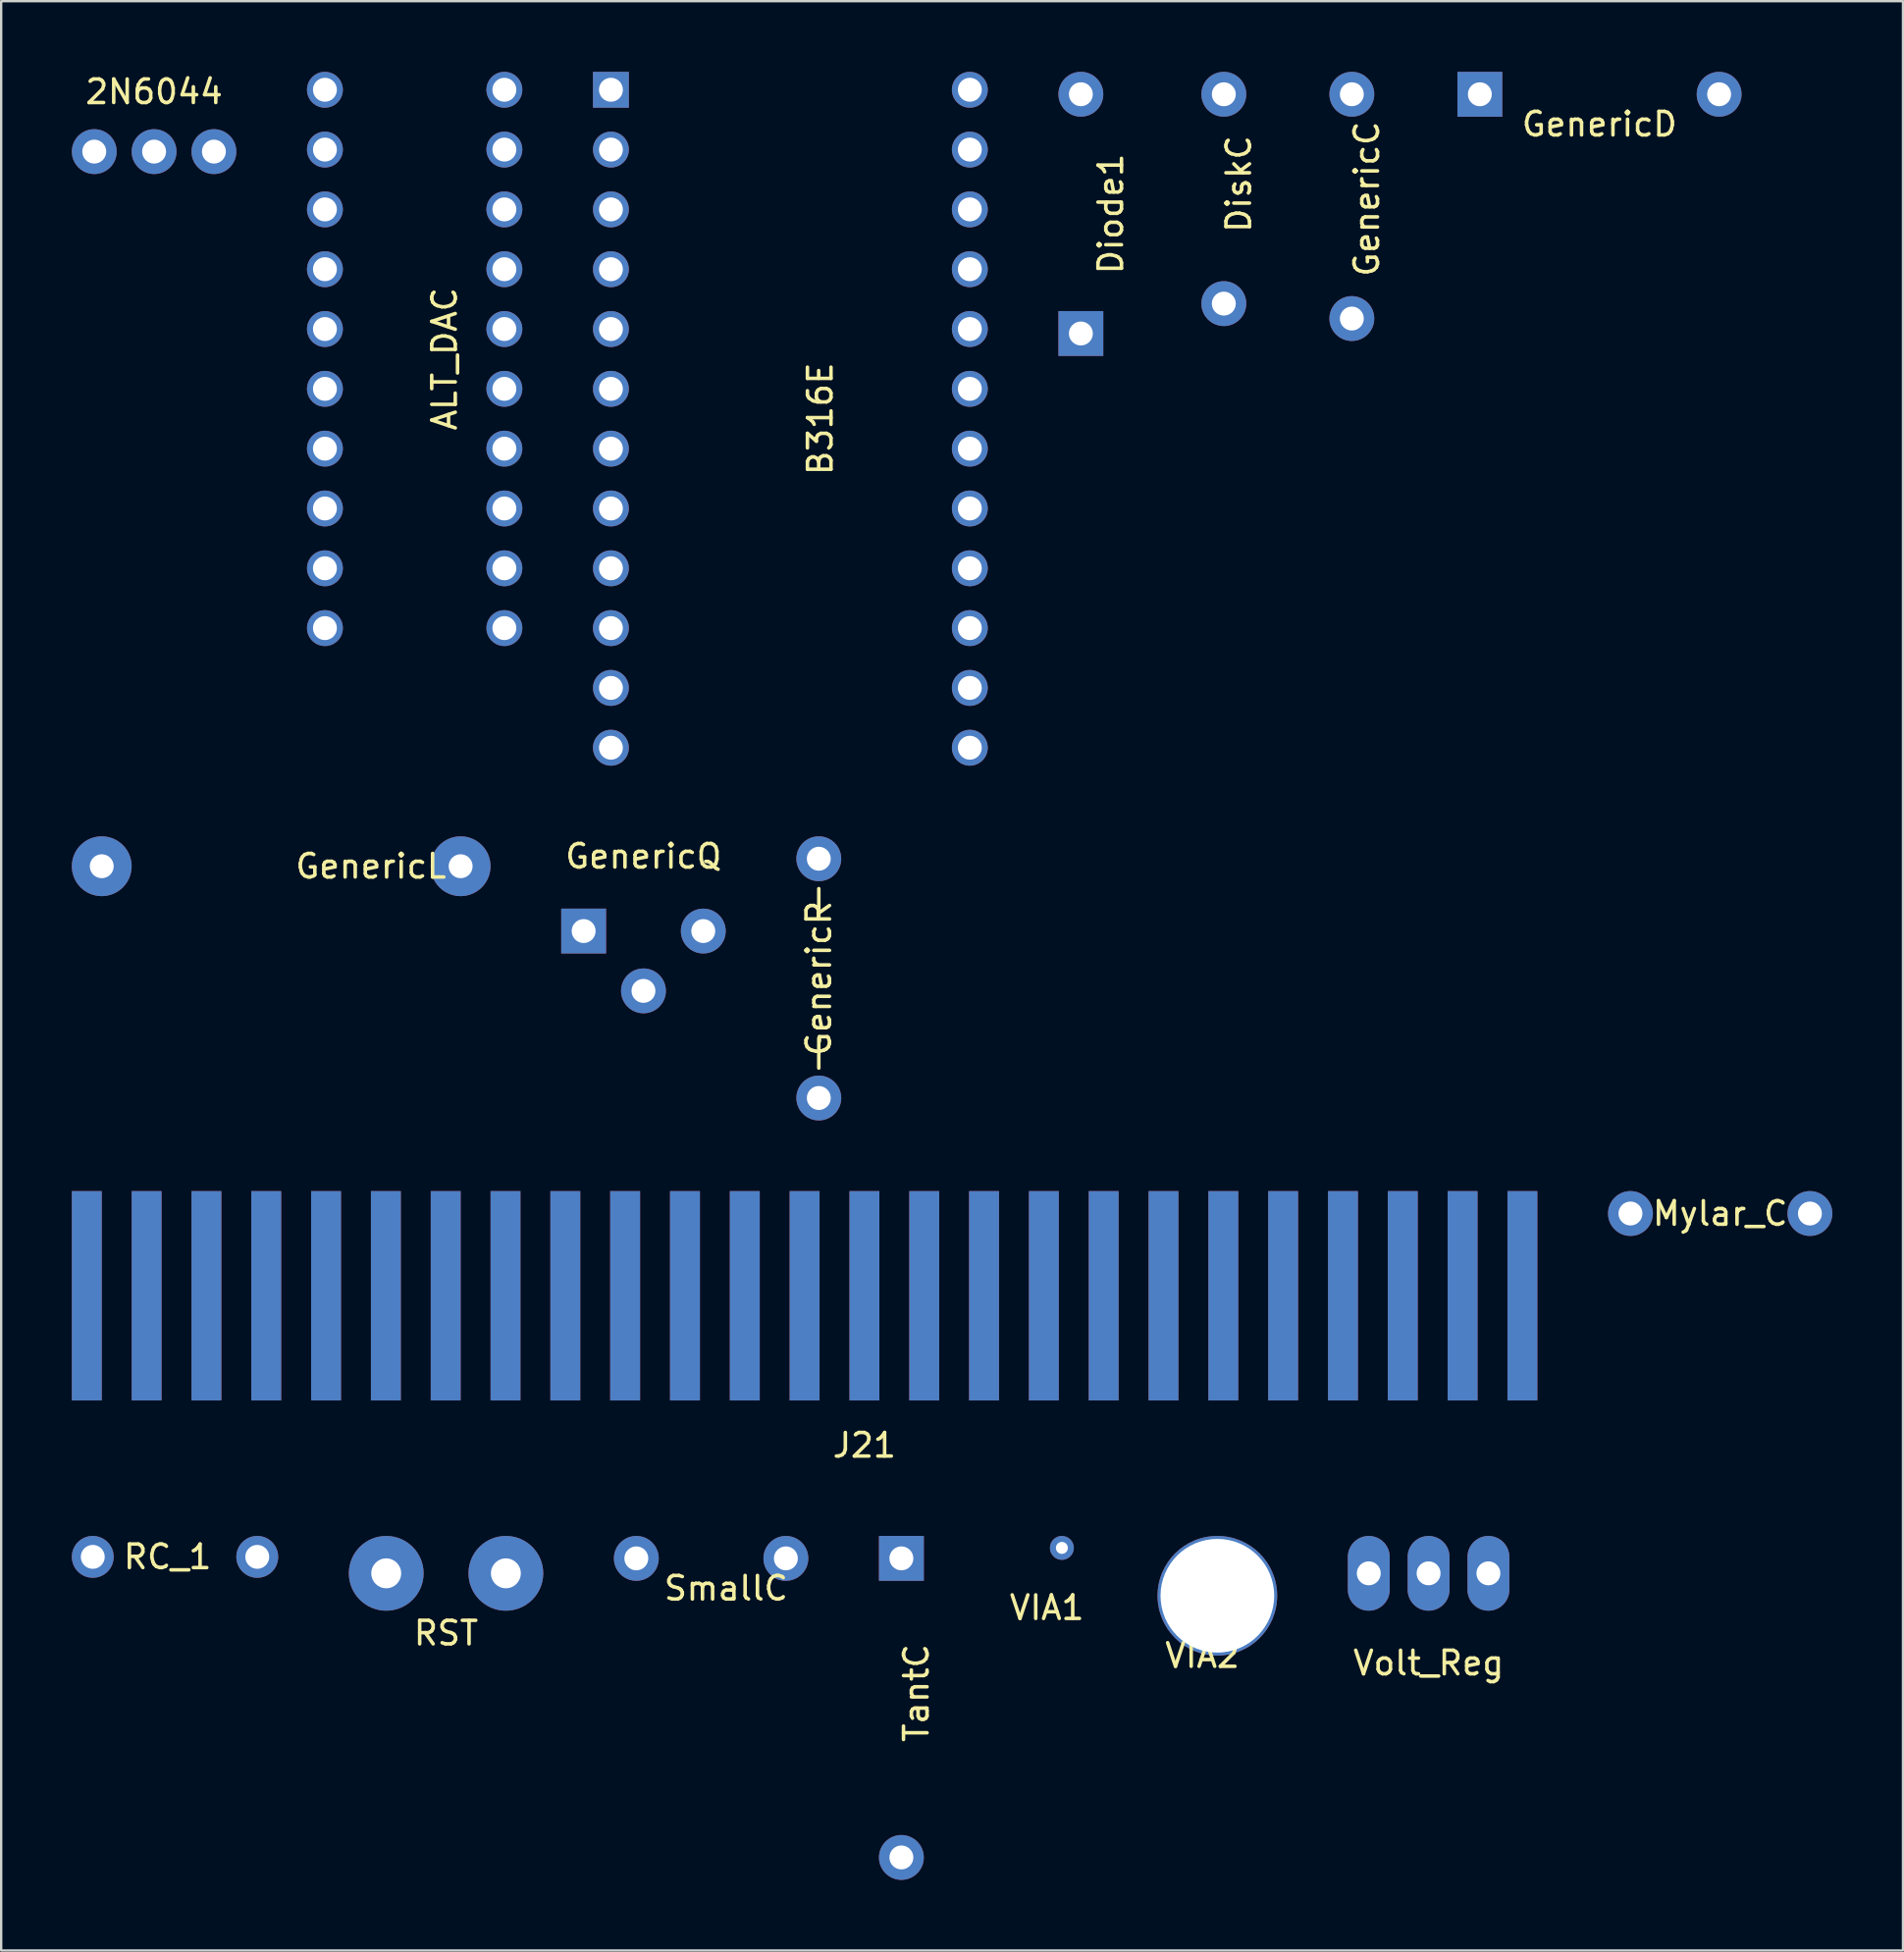
<source format=kicad_pcb>
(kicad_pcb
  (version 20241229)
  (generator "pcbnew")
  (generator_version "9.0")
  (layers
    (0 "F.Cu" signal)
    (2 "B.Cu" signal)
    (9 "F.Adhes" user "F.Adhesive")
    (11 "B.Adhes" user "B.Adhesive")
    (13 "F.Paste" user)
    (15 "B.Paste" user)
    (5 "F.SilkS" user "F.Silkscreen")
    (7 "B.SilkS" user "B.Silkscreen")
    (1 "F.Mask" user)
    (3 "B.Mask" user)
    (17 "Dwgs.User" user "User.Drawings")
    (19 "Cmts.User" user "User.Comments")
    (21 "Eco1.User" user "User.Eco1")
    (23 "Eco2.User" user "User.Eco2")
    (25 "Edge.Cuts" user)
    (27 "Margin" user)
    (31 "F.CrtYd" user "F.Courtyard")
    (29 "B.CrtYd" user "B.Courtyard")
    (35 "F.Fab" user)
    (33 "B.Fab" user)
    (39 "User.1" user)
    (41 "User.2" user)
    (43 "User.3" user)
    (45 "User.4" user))
  (footprint "DiskC"
    (layer "F.Cu")
    (at 48.916 4.763)
    (property "Reference" "DiskC" (at 0.635 0 90) (layer "F.SilkS") (effects (font (size 1 1) (thickness 0.15))))
    (attr through_hole)
    (pad "1" thru_hole circle (at 0 5.08) (size 1.905 1.905) (drill 1.016) (layers "*.Cu" "*.Mask"))
    (pad "2" thru_hole circle (at 0 -3.81) (size 1.905 1.905) (drill 1.016) (layers "*.Cu" "*.Mask")))
  (footprint "Mylar_C"
    (layer "F.Cu")
    (at 69.993 48.481)
    (property "Reference" "Mylar_C" (at 0 0 0) (layer "F.SilkS") (effects (font (size 1 1) (thickness 0.15))))
    (attr through_hole)
    (pad "1" thru_hole circle (at -3.81 0) (size 1.905 1.905) (drill 1.016) (layers "*.Cu" "*.Mask"))
    (pad "2" thru_hole circle (at 3.81 0) (size 1.905 1.905) (drill 1.016) (layers "*.Cu" "*.Mask")))
  (footprint "GenericR"
    (layer "F.Cu")
    (at 31.718 38.496)
    (property "Reference" "GenericR" (at 0 0 90) (layer "F.SilkS") (effects (font (size 1 1) (thickness 0.15))))
    (attr through_hole)
    (fp_line (start 0 -3.81) (end 0 -2.54) (stroke (width 0.15) (type solid)) (layer "F.SilkS"))
    (fp_line (start 0 3.81) (end 0 2.54) (stroke (width 0.15) (type solid)) (layer "F.SilkS"))
    (pad "1" thru_hole circle (at 0 5.08) (size 1.905 1.905) (drill 1.016) (layers "*.Cu" "*.Mask"))
    (pad "2" thru_hole circle (at 0 -5.08) (size 1.905 1.905) (drill 1.016) (layers "*.Cu" "*.Mask")))
  (footprint "2N6044"
    (layer "F.Cu")
    (at 3.493 3.388)
    (property "Reference" "2N6044" (at 0 -2.54 0) (layer "F.SilkS") (effects (font (size 1 1) (thickness 0.15))))
    (attr through_hole)
    (pad "1" thru_hole circle (at -2.54 0) (size 1.905 1.905) (drill 1.016) (layers "*.Cu" "*.Mask"))
    (pad "2" thru_hole circle (at 0 0) (size 1.905 1.905) (drill 1.016) (layers "*.Cu" "*.Mask"))
    (pad "3" thru_hole circle (at 2.54 0) (size 1.905 1.905) (drill 1.016) (layers "*.Cu" "*.Mask")))
  (footprint "VIA2"
    (layer "F.Cu")
    (at 48.642 64.712)
    (property "Reference" "VIA2" (at -0.635 2.54 0) (layer "F.SilkS") (effects (font (size 1 1) (thickness 0.15))))
    (attr through_hole)
    (pad "1" thru_hole circle (at 0 0) (size 5.08 5.08) (drill 4.826) (layers "*.Cu" "*.Mask")))
  (footprint "TantC"
    (layer "F.Cu")
    (at 35.225 68.84)
    (property "Reference" "TantC" (at 0.635 0 90) (layer "F.SilkS") (effects (font (size 1 1) (thickness 0.15))))
    (attr through_hole)
    (pad "1" thru_hole circle (at 0 6.985) (size 1.905 1.905) (drill 1.016) (layers "*.Cu" "*.Mask"))
    (pad "2" thru_hole rect (at 0 -5.715) (size 1.905 1.905) (drill 1.016) (layers "*.Cu" "*.Mask")))
  (footprint "B316E"
    (layer "F.Cu")
    (at 30.511 14.732)
    (property "Reference" "B316E" (at 1.27 0 90) (layer "F.SilkS") (effects (font (size 1 1) (thickness 0.15))))
    (attr through_hole)
    (pad "1" thru_hole rect (at -7.62 -13.97) (size 1.524 1.524) (drill 1.016) (layers "*.Cu" "*.Mask"))
    (pad "2" thru_hole circle (at -7.62 -11.43) (size 1.524 1.524) (drill 1.016) (layers "*.Cu" "*.Mask"))
    (pad "3" thru_hole circle (at -7.62 -8.89) (size 1.524 1.524) (drill 1.016) (layers "*.Cu" "*.Mask"))
    (pad "4" thru_hole circle (at -7.62 -6.35) (size 1.524 1.524) (drill 1.016) (layers "*.Cu" "*.Mask"))
    (pad "5" thru_hole circle (at -7.62 -3.81) (size 1.524 1.524) (drill 1.016) (layers "*.Cu" "*.Mask"))
    (pad "6" thru_hole circle (at -7.62 -1.27) (size 1.524 1.524) (drill 1.016) (layers "*.Cu" "*.Mask"))
    (pad "7" thru_hole circle (at -7.62 1.27) (size 1.524 1.524) (drill 1.016) (layers "*.Cu" "*.Mask"))
    (pad "8" thru_hole circle (at -7.62 3.81) (size 1.524 1.524) (drill 1.016) (layers "*.Cu" "*.Mask"))
    (pad "9" thru_hole circle (at -7.62 6.35) (size 1.524 1.524) (drill 1.016) (layers "*.Cu" "*.Mask"))
    (pad "10" thru_hole circle (at -7.62 8.89) (size 1.524 1.524) (drill 1.016) (layers "*.Cu" "*.Mask"))
    (pad "11" thru_hole circle (at -7.62 11.43) (size 1.524 1.524) (drill 1.016) (layers "*.Cu" "*.Mask"))
    (pad "12" thru_hole circle (at -7.62 13.97) (size 1.524 1.524) (drill 1.016) (layers "*.Cu" "*.Mask"))
    (pad "13" thru_hole circle (at 7.62 13.97) (size 1.524 1.524) (drill 1.016) (layers "*.Cu" "*.Mask"))
    (pad "14" thru_hole circle (at 7.62 11.43) (size 1.524 1.524) (drill 1.016) (layers "*.Cu" "*.Mask"))
    (pad "15" thru_hole circle (at 7.62 8.89) (size 1.524 1.524) (drill 1.016) (layers "*.Cu" "*.Mask"))
    (pad "16" thru_hole circle (at 7.62 6.35) (size 1.524 1.524) (drill 1.016) (layers "*.Cu" "*.Mask"))
    (pad "17" thru_hole circle (at 7.62 3.81) (size 1.524 1.524) (drill 1.016) (layers "*.Cu" "*.Mask"))
    (pad "18" thru_hole circle (at 7.62 1.27) (size 1.524 1.524) (drill 1.016) (layers "*.Cu" "*.Mask"))
    (pad "19" thru_hole circle (at 7.62 -1.27) (size 1.524 1.524) (drill 1.016) (layers "*.Cu" "*.Mask"))
    (pad "20" thru_hole circle (at 7.62 -3.81) (size 1.524 1.524) (drill 1.016) (layers "*.Cu" "*.Mask"))
    (pad "21" thru_hole circle (at 7.62 -6.35) (size 1.524 1.524) (drill 1.016) (layers "*.Cu" "*.Mask"))
    (pad "22" thru_hole circle (at 7.62 -8.89) (size 1.524 1.524) (drill 1.016) (layers "*.Cu" "*.Mask"))
    (pad "23" thru_hole circle (at 7.62 -11.43) (size 1.524 1.524) (drill 1.016) (layers "*.Cu" "*.Mask"))
    (pad "24" thru_hole circle (at 7.62 -13.97) (size 1.524 1.524) (drill 1.016) (layers "*.Cu" "*.Mask")))
  (footprint "Diode1"
    (layer "F.Cu")
    (at 42.846 6.032)
    (property "Reference" "Diode1" (at 1.27 0 90) (layer "F.SilkS") (effects (font (size 1 1) (thickness 0.15))))
    (attr through_hole)
    (pad "1" thru_hole rect (at 0 5.08) (size 1.905 1.905) (drill 1.016) (layers "*.Cu" "*.Mask"))
    (pad "2" thru_hole circle (at 0 -5.08) (size 1.905 1.905) (drill 1.016) (layers "*.Cu" "*.Mask")))
  (footprint "GenericQ"
    (layer "F.Cu")
    (at 24.273 36.487)
    (property "Reference" "GenericQ" (at 0 -3.175 180) (layer "F.SilkS") (effects (font (size 1 1) (thickness 0.15))))
    (attr through_hole)
    (pad "1" thru_hole rect (at -2.54 0) (size 1.905 1.905) (drill 1.016) (layers "*.Cu" "*.Mask"))
    (pad "2" thru_hole circle (at 0 2.54) (size 1.905 1.905) (drill 1.016) (layers "*.Cu" "*.Mask"))
    (pad "3" thru_hole circle (at 2.54 0) (size 1.905 1.905) (drill 1.016) (layers "*.Cu" "*.Mask")))
  (footprint "GenericL"
    (layer "F.Cu")
    (at 8.89 33.734)
    (property "Reference" "GenericL" (at 3.81 0 0) (layer "F.SilkS") (effects (font (size 1 1) (thickness 0.15))))
    (attr through_hole)
    (pad "1" thru_hole circle (at 7.62 0) (size 2.54 2.54) (drill 1.016) (layers "*.Cu" "*.Mask"))
    (pad "2" thru_hole circle (at -7.62 0) (size 2.54 2.54) (drill 1.016) (layers "*.Cu" "*.Mask")))
  (footprint "VIA1"
    (layer "F.Cu")
    (at 42.04 62.68)
    (property "Reference" "VIA1" (at -0.635 2.54 0) (layer "F.SilkS") (effects (font (size 1 1) (thickness 0.15))))
    (attr through_hole)
    (pad "1" thru_hole circle (at 0 0) (size 1.016 1.016) (drill 0.508) (layers "*.Cu" "*.Mask")))
  (footprint "GenericC"
    (layer "F.Cu")
    (at 54.352 5.397)
    (property "Reference" "GenericC" (at 0.635 0 90) (layer "F.SilkS") (effects (font (size 1 1) (thickness 0.15))))
    (attr through_hole)
    (pad "1" thru_hole circle (at 0 5.08) (size 1.905 1.905) (drill 1.016) (layers "*.Cu" "*.Mask"))
    (pad "2" thru_hole circle (at 0 -4.445) (size 1.905 1.905) (drill 1.016) (layers "*.Cu" "*.Mask")))
  (footprint "J21"
    (layer "F.Cu")
    (at 31.115 57.054)
    (property "Reference" "J21" (at 2.54 1.27 0) (layer "F.SilkS") (effects (font (size 1 1) (thickness 0.15))))
    (attr through_hole)
    (pad "1" connect trapezoid (at 30.48 -5.08) (size 1.27 8.89) (layers "F.Mask" "B.Cu"))
    (pad "2" connect trapezoid (at 30.48 -5.08) (size 1.27 8.89) (layers "F.Cu" "F.Mask"))
    (pad "3" connect trapezoid (at 27.94 -5.08) (size 1.27 8.89) (layers "F.Mask" "B.Cu"))
    (pad "4" connect trapezoid (at 27.94 -5.08) (size 1.27 8.89) (layers "F.Cu" "F.Mask"))
    (pad "5" connect trapezoid (at 25.4 -5.08) (size 1.27 8.89) (layers "F.Mask" "B.Cu"))
    (pad "6" connect trapezoid (at 25.4 -5.08) (size 1.27 8.89) (layers "F.Cu" "F.Mask"))
    (pad "7" connect trapezoid (at 22.86 -5.08) (size 1.27 8.89) (layers "F.Mask" "B.Cu"))
    (pad "8" connect trapezoid (at 22.86 -5.08) (size 1.27 8.89) (layers "F.Cu" "F.Mask"))
    (pad "9" connect trapezoid (at 20.32 -5.08) (size 1.27 8.89) (layers "F.Mask" "B.Cu"))
    (pad "10" connect trapezoid (at 20.32 -5.08) (size 1.27 8.89) (layers "F.Cu" "F.Mask"))
    (pad "11" connect trapezoid (at 17.78 -5.08) (size 1.27 8.89) (layers "F.Mask" "B.Cu"))
    (pad "12" connect trapezoid (at 17.78 -5.08) (size 1.27 8.89) (layers "F.Cu" "F.Mask"))
    (pad "13" connect trapezoid (at 15.24 -5.08) (size 1.27 8.89) (layers "F.Mask" "B.Cu"))
    (pad "14" connect trapezoid (at 15.24 -5.08) (size 1.27 8.89) (layers "F.Cu" "F.Mask"))
    (pad "15" connect trapezoid (at 12.7 -5.08) (size 1.27 8.89) (layers "F.Mask" "B.Cu"))
    (pad "16" connect trapezoid (at 12.7 -5.08) (size 1.27 8.89) (layers "F.Cu" "F.Mask"))
    (pad "17" connect trapezoid (at 10.16 -5.08) (size 1.27 8.89) (layers "F.Mask" "B.Cu"))
    (pad "18" connect trapezoid (at 10.16 -5.08) (size 1.27 8.89) (layers "F.Cu" "F.Mask"))
    (pad "19" connect trapezoid (at 7.62 -5.08) (size 1.27 8.89) (layers "F.Mask" "B.Cu"))
    (pad "20" connect trapezoid (at 7.62 -5.08) (size 1.27 8.89) (layers "F.Cu" "F.Mask"))
    (pad "21" connect trapezoid (at 5.08 -5.08) (size 1.27 8.89) (layers "F.Mask" "B.Cu"))
    (pad "22" connect trapezoid (at 5.08 -5.08) (size 1.27 8.89) (layers "F.Cu" "F.Mask"))
    (pad "23" connect trapezoid (at 2.54 -5.08) (size 1.27 8.89) (layers "F.Mask" "B.Cu"))
    (pad "24" connect trapezoid (at 2.54 -5.08) (size 1.27 8.89) (layers "F.Cu" "F.Mask"))
    (pad "25" connect trapezoid (at 0 -5.08) (size 1.27 8.89) (layers "F.Mask" "B.Cu"))
    (pad "26" connect trapezoid (at 0 -5.08) (size 1.27 8.89) (layers "F.Cu" "F.Mask"))
    (pad "27" connect trapezoid (at -2.54 -5.08) (size 1.27 8.89) (layers "F.Mask" "B.Cu"))
    (pad "28" connect trapezoid (at -2.54 -5.08) (size 1.27 8.89) (layers "F.Cu" "F.Mask"))
    (pad "29" connect trapezoid (at -5.08 -5.08) (size 1.27 8.89) (layers "F.Mask" "B.Cu"))
    (pad "30" connect trapezoid (at -5.08 -5.08) (size 1.27 8.89) (layers "F.Cu" "F.Mask"))
    (pad "31" connect trapezoid (at -7.62 -5.08) (size 1.27 8.89) (layers "F.Mask" "B.Cu"))
    (pad "32" connect trapezoid (at -7.62 -5.08) (size 1.27 8.89) (layers "F.Cu" "F.Mask"))
    (pad "33" connect trapezoid (at -10.16 -5.08) (size 1.27 8.89) (layers "F.Mask" "B.Cu"))
    (pad "34" connect trapezoid (at -10.16 -5.08) (size 1.27 8.89) (layers "F.Cu" "F.Mask"))
    (pad "35" connect trapezoid (at -12.7 -5.08) (size 1.27 8.89) (layers "F.Mask" "B.Cu"))
    (pad "36" connect trapezoid (at -12.7 -5.08) (size 1.27 8.89) (layers "F.Cu" "F.Mask"))
    (pad "37" connect trapezoid (at -15.24 -5.08) (size 1.27 8.89) (layers "F.Mask" "B.Cu"))
    (pad "38" connect trapezoid (at -15.24 -5.08) (size 1.27 8.89) (layers "F.Cu" "F.Mask"))
    (pad "39" connect trapezoid (at -17.78 -5.08) (size 1.27 8.89) (layers "F.Mask" "B.Cu"))
    (pad "40" connect trapezoid (at -17.78 -5.08) (size 1.27 8.89) (layers "F.Cu" "F.Mask"))
    (pad "41" connect trapezoid (at -20.32 -5.08) (size 1.27 8.89) (layers "F.Mask" "B.Cu"))
    (pad "42" connect trapezoid (at -20.32 -5.08) (size 1.27 8.89) (layers "F.Cu" "F.Mask"))
    (pad "43" connect trapezoid (at -22.86 -5.08) (size 1.27 8.89) (layers "F.Mask" "B.Cu"))
    (pad "44" connect trapezoid (at -22.86 -5.08) (size 1.27 8.89) (layers "F.Cu" "F.Mask"))
    (pad "45" connect trapezoid (at -25.4 -5.08) (size 1.27 8.89) (layers "F.Mask" "B.Cu"))
    (pad "46" connect trapezoid (at -25.4 -5.08) (size 1.27 8.89) (layers "F.Cu" "F.Mask"))
    (pad "47" connect trapezoid (at -27.94 -5.08) (size 1.27 8.89) (layers "F.Mask" "B.Cu"))
    (pad "48" connect trapezoid (at -27.94 -5.08) (size 1.27 8.89) (layers "F.Cu" "F.Mask"))
    (pad "49" connect trapezoid (at -30.48 -5.08) (size 1.27 8.89) (layers "F.Mask" "B.Cu"))
    (pad "50" connect trapezoid (at -30.48 -5.08) (size 1.27 8.89) (layers "F.Cu" "F.Mask")))
  (footprint "ALT_DAC"
    (layer "F.Cu")
    (at 14.557 12.192)
    (property "Reference" "ALT_DAC" (at 1.27 0 90) (layer "F.SilkS") (effects (font (size 1 1) (thickness 0.15))))
    (attr through_hole)
    (pad "1" thru_hole circle (at -3.81 -11.43) (size 1.524 1.524) (drill 1.016) (layers "*.Cu" "*.Mask"))
    (pad "2" thru_hole circle (at -3.81 -8.89) (size 1.524 1.524) (drill 1.016) (layers "*.Cu" "*.Mask"))
    (pad "3" thru_hole circle (at -3.81 -6.35) (size 1.524 1.524) (drill 1.016) (layers "*.Cu" "*.Mask"))
    (pad "4" thru_hole circle (at -3.81 -3.81) (size 1.524 1.524) (drill 1.016) (layers "*.Cu" "*.Mask"))
    (pad "5" thru_hole circle (at -3.81 -1.27) (size 1.524 1.524) (drill 1.016) (layers "*.Cu" "*.Mask"))
    (pad "6" thru_hole circle (at -3.81 1.27) (size 1.524 1.524) (drill 1.016) (layers "*.Cu" "*.Mask"))
    (pad "7" thru_hole circle (at -3.81 3.81) (size 1.524 1.524) (drill 1.016) (layers "*.Cu" "*.Mask"))
    (pad "8" thru_hole circle (at -3.81 6.35) (size 1.524 1.524) (drill 1.016) (layers "*.Cu" "*.Mask"))
    (pad "9" thru_hole circle (at -3.81 8.89) (size 1.524 1.524) (drill 1.016) (layers "*.Cu" "*.Mask"))
    (pad "10" thru_hole circle (at -3.81 11.43) (size 1.524 1.524) (drill 1.016) (layers "*.Cu" "*.Mask"))
    (pad "11" thru_hole circle (at 3.81 11.43) (size 1.524 1.524) (drill 1.016) (layers "*.Cu" "*.Mask"))
    (pad "12" thru_hole circle (at 3.81 8.89) (size 1.524 1.524) (drill 1.016) (layers "*.Cu" "*.Mask"))
    (pad "13" thru_hole circle (at 3.81 6.35) (size 1.524 1.524) (drill 1.016) (layers "*.Cu" "*.Mask"))
    (pad "14" thru_hole circle (at 3.81 3.81) (size 1.524 1.524) (drill 1.016) (layers "*.Cu" "*.Mask"))
    (pad "15" thru_hole circle (at 3.81 1.27) (size 1.524 1.524) (drill 1.016) (layers "*.Cu" "*.Mask"))
    (pad "16" thru_hole circle (at 3.81 -1.27) (size 1.524 1.524) (drill 1.016) (layers "*.Cu" "*.Mask"))
    (pad "17" thru_hole circle (at 3.81 -3.81) (size 1.524 1.524) (drill 1.016) (layers "*.Cu" "*.Mask"))
    (pad "18" thru_hole circle (at 3.81 -6.35) (size 1.524 1.524) (drill 1.016) (layers "*.Cu" "*.Mask"))
    (pad "19" thru_hole circle (at 3.81 -8.89) (size 1.524 1.524) (drill 1.016) (layers "*.Cu" "*.Mask"))
    (pad "20" thru_hole circle (at 3.81 -11.43) (size 1.524 1.524) (drill 1.016) (layers "*.Cu" "*.Mask")))
  (footprint "SmallC"
    (layer "F.Cu")
    (at 27.78 63.125)
    (property "Reference" "SmallC" (at 0 1.27 0) (layer "F.SilkS") (effects (font (size 1 1) (thickness 0.15))))
    (attr through_hole)
    (pad "1" thru_hole circle (at -3.81 0) (size 1.905 1.905) (drill 1.016) (layers "*.Cu" "*.Mask"))
    (pad "2" thru_hole circle (at 2.54 0) (size 1.905 1.905) (drill 1.016) (layers "*.Cu" "*.Mask")))
  (footprint "RC_1"
    (layer "F.Cu")
    (at 4.064 63.061)
    (property "Reference" "RC_1" (at 0 0 0) (layer "F.SilkS") (effects (font (size 1 1) (thickness 0.15))))
    (attr through_hole)
    (pad "1" thru_hole circle (at -3.175 0) (size 1.778 1.778) (drill 1.016) (layers "*.Cu" "*.Mask"))
    (pad "2" thru_hole circle (at 3.81 0) (size 1.778 1.778) (drill 1.016) (layers "*.Cu" "*.Mask")))
  (footprint "RST"
    (layer "F.Cu")
    (at 15.89 63.76)
    (property "Reference" "RST" (at 0 2.54 0) (layer "F.SilkS") (effects (font (size 1 1) (thickness 0.15))))
    (attr through_hole)
    (pad "1" thru_hole circle (at -2.54 0) (size 3.175 3.175) (drill 1.27) (layers "*.Cu" "*.Mask"))
    (pad "2" thru_hole circle (at 2.54 0) (size 3.175 3.175) (drill 1.27) (layers "*.Cu" "*.Mask")))
  (footprint "GenericD"
    (layer "F.Cu")
    (at 64.868 0.953)
    (property "Reference" "GenericD" (at 0 1.27 0) (layer "F.SilkS") (effects (font (size 1 1) (thickness 0.15))))
    (attr through_hole)
    (pad "1" thru_hole rect (at -5.08 0) (size 1.905 1.905) (drill 1.016) (layers "*.Cu" "*.Mask"))
    (pad "2" thru_hole circle (at 5.08 0) (size 1.905 1.905) (drill 1.016) (layers "*.Cu" "*.Mask")))
  (footprint "Volt_Reg"
    (layer "F.Cu")
    (at 57.611 63.76)
    (property "Reference" "Volt_Reg" (at 0 3.81 0) (layer "F.SilkS") (effects (font (size 1 1) (thickness 0.15))))
    (attr through_hole)
    (pad "1" thru_hole oval (at -2.54 0) (size 1.778 3.175) (drill 1.016) (layers "*.Cu" "*.Mask"))
    (pad "2" thru_hole oval (at 0 0) (size 1.778 3.175) (drill 1.016) (layers "*.Cu" "*.Mask"))
    (pad "3" thru_hole oval (at 2.54 0) (size 1.778 3.175) (drill 1.016) (layers "*.Cu" "*.Mask")))
  (gr_rect
    (start -3 -3)
    (end 77.755 79.777)
    (stroke (width 0.1) (type default))
    (fill no)
    (layer "Edge.Cuts")))
</source>
